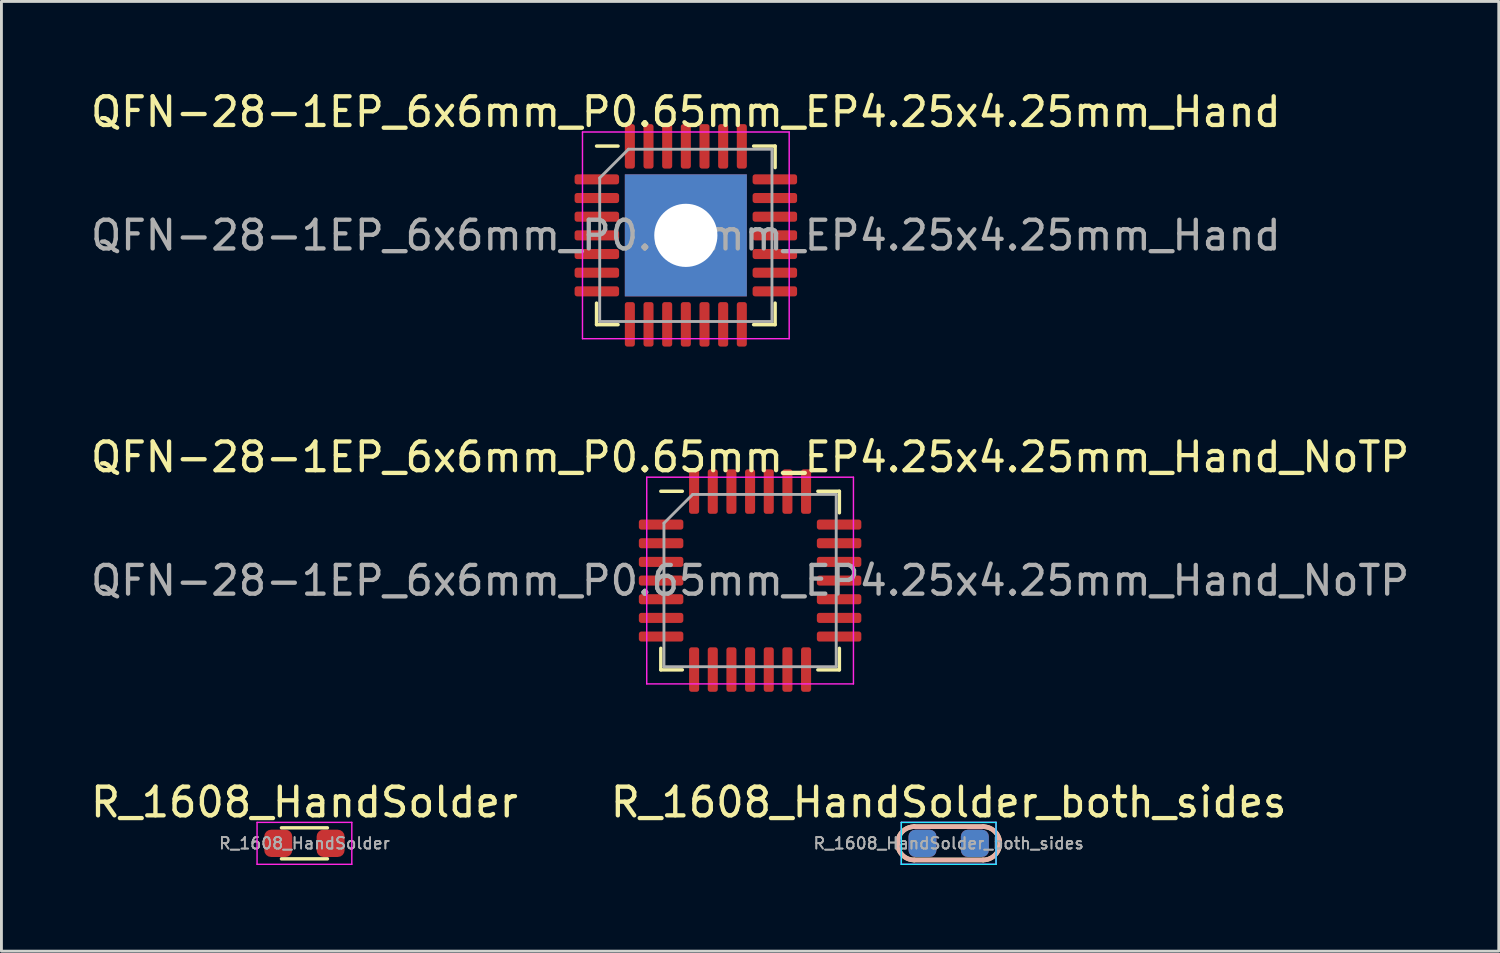
<source format=kicad_pcb>
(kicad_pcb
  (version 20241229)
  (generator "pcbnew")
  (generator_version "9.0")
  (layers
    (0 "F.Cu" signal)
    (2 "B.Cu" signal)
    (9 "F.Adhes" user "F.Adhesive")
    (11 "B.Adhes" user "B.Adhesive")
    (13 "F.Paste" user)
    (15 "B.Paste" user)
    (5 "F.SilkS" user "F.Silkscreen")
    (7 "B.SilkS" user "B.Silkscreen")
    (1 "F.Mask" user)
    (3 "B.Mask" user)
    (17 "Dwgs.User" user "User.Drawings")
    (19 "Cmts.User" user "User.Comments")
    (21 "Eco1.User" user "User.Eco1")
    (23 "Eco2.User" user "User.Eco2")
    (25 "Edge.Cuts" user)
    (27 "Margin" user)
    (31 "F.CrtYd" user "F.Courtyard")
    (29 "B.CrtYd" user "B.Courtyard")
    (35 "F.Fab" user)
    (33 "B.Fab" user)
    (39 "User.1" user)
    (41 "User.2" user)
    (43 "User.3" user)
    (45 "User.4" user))
  (footprint "R_1608_HandSolder"
    (layer "F.Cu")
    (at 7.554 26.325)
    (property "Reference" "R_1608_HandSolder" (at 0 -1.43 0) (layer "F.SilkS") (effects (font (size 1 1) (thickness 0.15))))
    (attr smd)
    (fp_line (start -0.8 -0.54) (end 0.8 -0.54) (stroke (width 0.12) (type solid)) (layer "F.SilkS"))
    (fp_line (start -0.8 0.54) (end 0.8 0.54) (stroke (width 0.12) (type solid)) (layer "F.SilkS"))
    (fp_line (start -1.65 -0.73) (end 1.65 -0.73) (stroke (width 0.05) (type solid)) (layer "F.CrtYd"))
    (fp_line (start -1.65 0.73) (end -1.65 -0.73) (stroke (width 0.05) (type solid)) (layer "F.CrtYd"))
    (fp_line (start 1.65 -0.73) (end 1.65 0.73) (stroke (width 0.05) (type solid)) (layer "F.CrtYd"))
    (fp_line (start 1.65 0.73) (end -1.65 0.73) (stroke (width 0.05) (type solid)) (layer "F.CrtYd"))
    (fp_text user "${REFERENCE}" (at 0 0 0) (layer "F.Fab") (effects (font (size 0.4 0.4) (thickness 0.06))))
    (fp_text user "${REFERENCE}" (at 0 0 0) (layer "F.Fab") (effects (font (size 0.4 0.4) (thickness 0.06))))
    (pad "1" smd roundrect (at -0.912 0) (size 0.975 0.95) (layers "F.Cu" "F.Mask" "F.Paste") (roundrect_rratio 0.25))
    (pad "2" smd roundrect (at 0.912 0) (size 0.975 0.95) (layers "F.Cu" "F.Mask" "F.Paste") (roundrect_rratio 0.25)))
  (footprint "QFN-28-1EP_6x6mm_P0.65mm_EP4.25x4.25mm_Hand"
    (layer "F.Cu")
    (at 20.839 5.148)
    (property "Reference" "QFN-28-1EP_6x6mm_P0.65mm_EP4.25x4.25mm_Hand" (at 0 -4.3 0) (layer "F.SilkS") (effects (font (size 1 1) (thickness 0.15))))
    (attr smd)
    (fp_line (start -3.11 3.11) (end -3.11 2.36) (stroke (width 0.12) (type solid)) (layer "F.SilkS"))
    (fp_line (start -2.36 -3.11) (end -3.11 -3.11) (stroke (width 0.12) (type solid)) (layer "F.SilkS"))
    (fp_line (start -2.36 3.11) (end -3.11 3.11) (stroke (width 0.12) (type solid)) (layer "F.SilkS"))
    (fp_line (start 2.36 -3.11) (end 3.11 -3.11) (stroke (width 0.12) (type solid)) (layer "F.SilkS"))
    (fp_line (start 2.36 3.11) (end 3.11 3.11) (stroke (width 0.12) (type solid)) (layer "F.SilkS"))
    (fp_line (start 3.11 -3.11) (end 3.11 -2.36) (stroke (width 0.12) (type solid)) (layer "F.SilkS"))
    (fp_line (start 3.11 3.11) (end 3.11 2.36) (stroke (width 0.12) (type solid)) (layer "F.SilkS"))
    (fp_line (start -3.6 -3.6) (end -3.6 3.6) (stroke (width 0.05) (type solid)) (layer "F.CrtYd"))
    (fp_line (start -3.6 3.6) (end 3.6 3.6) (stroke (width 0.05) (type solid)) (layer "F.CrtYd"))
    (fp_line (start 3.6 -3.6) (end -3.6 -3.6) (stroke (width 0.05) (type solid)) (layer "F.CrtYd"))
    (fp_line (start 3.6 3.6) (end 3.6 -3.6) (stroke (width 0.05) (type solid)) (layer "F.CrtYd"))
    (fp_line (start -3 -2) (end -2 -3) (stroke (width 0.1) (type solid)) (layer "F.Fab"))
    (fp_line (start -3 3) (end -3 -2) (stroke (width 0.1) (type solid)) (layer "F.Fab"))
    (fp_line (start -2 -3) (end 3 -3) (stroke (width 0.1) (type solid)) (layer "F.Fab"))
    (fp_line (start 3 -3) (end 3 3) (stroke (width 0.1) (type solid)) (layer "F.Fab"))
    (fp_line (start 3 3) (end -3 3) (stroke (width 0.1) (type solid)) (layer "F.Fab"))
    (fp_text user "${REFERENCE}" (at 0 0 0) (layer "F.Fab") (effects (font (size 1 1) (thickness 0.15))))
    (pad "" smd roundrect (at -1.42 -1.42) (size 1.14 1.14) (layers "F.Paste") (roundrect_rratio 0.219))
    (pad "" smd roundrect (at -1.42 1.42) (size 1.14 1.14) (layers "F.Paste") (roundrect_rratio 0.219))
    (pad "" smd roundrect (at 1.42 -1.42) (size 1.14 1.14) (layers "F.Paste") (roundrect_rratio 0.219))
    (pad "" smd roundrect (at 1.42 1.42) (size 1.14 1.14) (layers "F.Paste") (roundrect_rratio 0.219))
    (pad "1" smd roundrect (at -3.1 -1.95) (size 1.55 0.35) (layers "F.Cu" "F.Mask" "F.Paste") (roundrect_rratio 0.25))
    (pad "2" smd roundrect (at -3.1 -1.3) (size 1.55 0.35) (layers "F.Cu" "F.Mask" "F.Paste") (roundrect_rratio 0.25))
    (pad "3" smd roundrect (at -3.1 -0.65) (size 1.55 0.35) (layers "F.Cu" "F.Mask" "F.Paste") (roundrect_rratio 0.25))
    (pad "4" smd roundrect (at -3.1 0) (size 1.55 0.35) (layers "F.Cu" "F.Mask" "F.Paste") (roundrect_rratio 0.25))
    (pad "5" smd roundrect (at -3.1 0.65) (size 1.55 0.35) (layers "F.Cu" "F.Mask" "F.Paste") (roundrect_rratio 0.25))
    (pad "6" smd roundrect (at -3.1 1.3) (size 1.55 0.35) (layers "F.Cu" "F.Mask" "F.Paste") (roundrect_rratio 0.25))
    (pad "7" smd roundrect (at -3.1 1.95) (size 1.55 0.35) (layers "F.Cu" "F.Mask" "F.Paste") (roundrect_rratio 0.25))
    (pad "8" smd roundrect (at -1.95 3.1) (size 0.35 1.55) (layers "F.Cu" "F.Mask" "F.Paste") (roundrect_rratio 0.25))
    (pad "9" smd roundrect (at -1.3 3.1) (size 0.35 1.55) (layers "F.Cu" "F.Mask" "F.Paste") (roundrect_rratio 0.25))
    (pad "10" smd roundrect (at -0.65 3.1) (size 0.35 1.55) (layers "F.Cu" "F.Mask" "F.Paste") (roundrect_rratio 0.25))
    (pad "11" smd roundrect (at 0 3.1) (size 0.35 1.55) (layers "F.Cu" "F.Mask" "F.Paste") (roundrect_rratio 0.25))
    (pad "12" smd roundrect (at 0.65 3.1) (size 0.35 1.55) (layers "F.Cu" "F.Mask" "F.Paste") (roundrect_rratio 0.25))
    (pad "13" smd roundrect (at 1.3 3.1) (size 0.35 1.55) (layers "F.Cu" "F.Mask" "F.Paste") (roundrect_rratio 0.25))
    (pad "14" smd roundrect (at 1.95 3.1) (size 0.35 1.55) (layers "F.Cu" "F.Mask" "F.Paste") (roundrect_rratio 0.25))
    (pad "15" smd roundrect (at 3.1 1.95) (size 1.55 0.35) (layers "F.Cu" "F.Mask" "F.Paste") (roundrect_rratio 0.25))
    (pad "16" smd roundrect (at 3.1 1.3) (size 1.55 0.35) (layers "F.Cu" "F.Mask" "F.Paste") (roundrect_rratio 0.25))
    (pad "17" smd roundrect (at 3.1 0.65) (size 1.55 0.35) (layers "F.Cu" "F.Mask" "F.Paste") (roundrect_rratio 0.25))
    (pad "18" smd roundrect (at 3.1 0) (size 1.55 0.35) (layers "F.Cu" "F.Mask" "F.Paste") (roundrect_rratio 0.25))
    (pad "19" smd roundrect (at 3.1 -0.65) (size 1.55 0.35) (layers "F.Cu" "F.Mask" "F.Paste") (roundrect_rratio 0.25))
    (pad "20" smd roundrect (at 3.1 -1.3) (size 1.55 0.35) (layers "F.Cu" "F.Mask" "F.Paste") (roundrect_rratio 0.25))
    (pad "21" smd roundrect (at 3.1 -1.95) (size 1.55 0.35) (layers "F.Cu" "F.Mask" "F.Paste") (roundrect_rratio 0.25))
    (pad "22" smd roundrect (at 1.95 -3.1) (size 0.35 1.55) (layers "F.Cu" "F.Mask" "F.Paste") (roundrect_rratio 0.25))
    (pad "23" smd roundrect (at 1.3 -3.1) (size 0.35 1.55) (layers "F.Cu" "F.Mask" "F.Paste") (roundrect_rratio 0.25))
    (pad "24" smd roundrect (at 0.65 -3.1) (size 0.35 1.55) (layers "F.Cu" "F.Mask" "F.Paste") (roundrect_rratio 0.25))
    (pad "25" smd roundrect (at 0 -3.1) (size 0.35 1.55) (layers "F.Cu" "F.Mask" "F.Paste") (roundrect_rratio 0.25))
    (pad "26" smd roundrect (at -0.65 -3.1) (size 0.35 1.55) (layers "F.Cu" "F.Mask" "F.Paste") (roundrect_rratio 0.25))
    (pad "27" smd roundrect (at -1.3 -3.1) (size 0.35 1.55) (layers "F.Cu" "F.Mask" "F.Paste") (roundrect_rratio 0.25))
    (pad "28" smd roundrect (at -1.95 -3.1) (size 0.35 1.55) (layers "F.Cu" "F.Mask" "F.Paste") (roundrect_rratio 0.25))
    (pad "29" thru_hole rect (at 0 0) (size 4.25 4.25) (drill 2.2) (layers "*.Cu" "*.Mask")))
  (footprint "R_1608_HandSolder_both_sides"
    (layer "F.Cu")
    (at 29.994 26.325)
    (property "Reference" "R_1608_HandSolder_both_sides" (at 0 -1.43 0) (layer "F.SilkS") (effects (font (size 1 1) (thickness 0.15))))
    (attr smd)
    (fp_line (start -1.2 -0.58) (end 1.2 -0.58) (stroke (width 0.16) (type solid)) (layer "F.SilkS"))
    (fp_line (start -1.2 0.58) (end 1.2 0.58) (stroke (width 0.16) (type solid)) (layer "F.SilkS"))
    (fp_arc (start -1.2 0.58) (mid -1.78 0) (end -1.2 -0.58) (stroke (width 0.16) (type solid)) (layer "F.SilkS"))
    (fp_arc (start 1.2 -0.58) (mid 1.78 0) (end 1.2 0.58) (stroke (width 0.16) (type solid)) (layer "F.SilkS"))
    (fp_line (start 1.2 -0.58) (end -1.2 -0.58) (stroke (width 0.16) (type solid)) (layer "B.SilkS"))
    (fp_line (start 1.2 0.58) (end -1.2 0.58) (stroke (width 0.16) (type solid)) (layer "B.SilkS"))
    (fp_arc (start -1.2 0.58) (mid -1.78 0) (end -1.2 -0.58) (stroke (width 0.16) (type solid)) (layer "B.SilkS"))
    (fp_arc (start 1.2 -0.58) (mid 1.78 0) (end 1.2 0.58) (stroke (width 0.16) (type solid)) (layer "B.SilkS"))
    (fp_line (start -1.65 0.73) (end -1.65 -0.73) (stroke (width 0.05) (type solid)) (layer "B.CrtYd"))
    (fp_line (start -1.65 0.73) (end 1.65 0.73) (stroke (width 0.05) (type solid)) (layer "B.CrtYd"))
    (fp_line (start 1.65 -0.73) (end -1.65 -0.73) (stroke (width 0.05) (type solid)) (layer "B.CrtYd"))
    (fp_line (start 1.65 -0.73) (end 1.65 0.73) (stroke (width 0.05) (type solid)) (layer "B.CrtYd"))
    (fp_line (start -1.65 -0.73) (end 1.65 -0.73) (stroke (width 0.05) (type solid)) (layer "F.CrtYd"))
    (fp_line (start -1.65 0.73) (end -1.65 -0.73) (stroke (width 0.05) (type solid)) (layer "F.CrtYd"))
    (fp_line (start 1.65 -0.73) (end 1.65 0.73) (stroke (width 0.05) (type solid)) (layer "F.CrtYd"))
    (fp_line (start 1.65 0.73) (end -1.65 0.73) (stroke (width 0.05) (type solid)) (layer "F.CrtYd"))
    (fp_text user "${REFERENCE}" (at 0 0 0) (layer "F.Fab") (effects (font (size 0.4 0.4) (thickness 0.06))))
    (fp_text user "${REFERENCE}" (at 0 0 0) (layer "F.Fab") (effects (font (size 0.4 0.4) (thickness 0.06))))
    (pad "1" smd roundrect (at -0.912 0) (size 0.975 0.95) (layers "F.Cu" "F.Mask" "F.Paste") (roundrect_rratio 0.25))
    (pad "1" smd roundrect (at 0.912 0) (size 0.975 0.95) (layers "B.Cu" "B.Mask" "B.Paste") (roundrect_rratio 0.25))
    (pad "2" smd roundrect (at -0.912 0) (size 0.975 0.95) (layers "B.Cu" "B.Mask" "B.Paste") (roundrect_rratio 0.25))
    (pad "2" smd roundrect (at 0.912 0) (size 0.975 0.95) (layers "F.Cu" "F.Mask" "F.Paste") (roundrect_rratio 0.25)))
  (footprint "QFN-28-1EP_6x6mm_P0.65mm_EP4.25x4.25mm_Hand_NoTP"
    (layer "F.Cu")
    (at 23.077 17.172)
    (property "Reference" "QFN-28-1EP_6x6mm_P0.65mm_EP4.25x4.25mm_Hand_NoTP" (at 0 -4.3 0) (layer "F.SilkS") (effects (font (size 1 1) (thickness 0.15))))
    (attr smd)
    (fp_line (start -3.11 3.11) (end -3.11 2.36) (stroke (width 0.12) (type solid)) (layer "F.SilkS"))
    (fp_line (start -2.36 -3.11) (end -3.11 -3.11) (stroke (width 0.12) (type solid)) (layer "F.SilkS"))
    (fp_line (start -2.36 3.11) (end -3.11 3.11) (stroke (width 0.12) (type solid)) (layer "F.SilkS"))
    (fp_line (start 2.36 -3.11) (end 3.11 -3.11) (stroke (width 0.12) (type solid)) (layer "F.SilkS"))
    (fp_line (start 2.36 3.11) (end 3.11 3.11) (stroke (width 0.12) (type solid)) (layer "F.SilkS"))
    (fp_line (start 3.11 -3.11) (end 3.11 -2.36) (stroke (width 0.12) (type solid)) (layer "F.SilkS"))
    (fp_line (start 3.11 3.11) (end 3.11 2.36) (stroke (width 0.12) (type solid)) (layer "F.SilkS"))
    (fp_line (start -3.6 -3.6) (end -3.6 3.6) (stroke (width 0.05) (type solid)) (layer "F.CrtYd"))
    (fp_line (start -3.6 3.6) (end 3.6 3.6) (stroke (width 0.05) (type solid)) (layer "F.CrtYd"))
    (fp_line (start 3.6 -3.6) (end -3.6 -3.6) (stroke (width 0.05) (type solid)) (layer "F.CrtYd"))
    (fp_line (start 3.6 3.6) (end 3.6 -3.6) (stroke (width 0.05) (type solid)) (layer "F.CrtYd"))
    (fp_line (start -3 -2) (end -2 -3) (stroke (width 0.1) (type solid)) (layer "F.Fab"))
    (fp_line (start -3 3) (end -3 -2) (stroke (width 0.1) (type solid)) (layer "F.Fab"))
    (fp_line (start -2 -3) (end 3 -3) (stroke (width 0.1) (type solid)) (layer "F.Fab"))
    (fp_line (start 3 -3) (end 3 3) (stroke (width 0.1) (type solid)) (layer "F.Fab"))
    (fp_line (start 3 3) (end -3 3) (stroke (width 0.1) (type solid)) (layer "F.Fab"))
    (fp_text user "${REFERENCE}" (at 0 0 0) (layer "F.Fab") (effects (font (size 1 1) (thickness 0.15))))
    (pad "1" smd roundrect (at -3.1 -1.95) (size 1.55 0.35) (layers "F.Cu" "F.Mask" "F.Paste") (roundrect_rratio 0.25))
    (pad "2" smd roundrect (at -3.1 -1.3) (size 1.55 0.35) (layers "F.Cu" "F.Mask" "F.Paste") (roundrect_rratio 0.25))
    (pad "3" smd roundrect (at -3.1 -0.65) (size 1.55 0.35) (layers "F.Cu" "F.Mask" "F.Paste") (roundrect_rratio 0.25))
    (pad "4" smd roundrect (at -3.1 0) (size 1.55 0.35) (layers "F.Cu" "F.Mask" "F.Paste") (roundrect_rratio 0.25))
    (pad "5" smd roundrect (at -3.1 0.65) (size 1.55 0.35) (layers "F.Cu" "F.Mask" "F.Paste") (roundrect_rratio 0.25))
    (pad "6" smd roundrect (at -3.1 1.3) (size 1.55 0.35) (layers "F.Cu" "F.Mask" "F.Paste") (roundrect_rratio 0.25))
    (pad "7" smd roundrect (at -3.1 1.95) (size 1.55 0.35) (layers "F.Cu" "F.Mask" "F.Paste") (roundrect_rratio 0.25))
    (pad "8" smd roundrect (at -1.95 3.1) (size 0.35 1.55) (layers "F.Cu" "F.Mask" "F.Paste") (roundrect_rratio 0.25))
    (pad "9" smd roundrect (at -1.3 3.1) (size 0.35 1.55) (layers "F.Cu" "F.Mask" "F.Paste") (roundrect_rratio 0.25))
    (pad "10" smd roundrect (at -0.65 3.1) (size 0.35 1.55) (layers "F.Cu" "F.Mask" "F.Paste") (roundrect_rratio 0.25))
    (pad "11" smd roundrect (at 0 3.1) (size 0.35 1.55) (layers "F.Cu" "F.Mask" "F.Paste") (roundrect_rratio 0.25))
    (pad "12" smd roundrect (at 0.65 3.1) (size 0.35 1.55) (layers "F.Cu" "F.Mask" "F.Paste") (roundrect_rratio 0.25))
    (pad "13" smd roundrect (at 1.3 3.1) (size 0.35 1.55) (layers "F.Cu" "F.Mask" "F.Paste") (roundrect_rratio 0.25))
    (pad "14" smd roundrect (at 1.95 3.1) (size 0.35 1.55) (layers "F.Cu" "F.Mask" "F.Paste") (roundrect_rratio 0.25))
    (pad "15" smd roundrect (at 3.1 1.95) (size 1.55 0.35) (layers "F.Cu" "F.Mask" "F.Paste") (roundrect_rratio 0.25))
    (pad "16" smd roundrect (at 3.1 1.3) (size 1.55 0.35) (layers "F.Cu" "F.Mask" "F.Paste") (roundrect_rratio 0.25))
    (pad "17" smd roundrect (at 3.1 0.65) (size 1.55 0.35) (layers "F.Cu" "F.Mask" "F.Paste") (roundrect_rratio 0.25))
    (pad "18" smd roundrect (at 3.1 0) (size 1.55 0.35) (layers "F.Cu" "F.Mask" "F.Paste") (roundrect_rratio 0.25))
    (pad "19" smd roundrect (at 3.1 -0.65) (size 1.55 0.35) (layers "F.Cu" "F.Mask" "F.Paste") (roundrect_rratio 0.25))
    (pad "20" smd roundrect (at 3.1 -1.3) (size 1.55 0.35) (layers "F.Cu" "F.Mask" "F.Paste") (roundrect_rratio 0.25))
    (pad "21" smd roundrect (at 3.1 -1.95) (size 1.55 0.35) (layers "F.Cu" "F.Mask" "F.Paste") (roundrect_rratio 0.25))
    (pad "22" smd roundrect (at 1.95 -3.1) (size 0.35 1.55) (layers "F.Cu" "F.Mask" "F.Paste") (roundrect_rratio 0.25))
    (pad "23" smd roundrect (at 1.3 -3.1) (size 0.35 1.55) (layers "F.Cu" "F.Mask" "F.Paste") (roundrect_rratio 0.25))
    (pad "24" smd roundrect (at 0.65 -3.1) (size 0.35 1.55) (layers "F.Cu" "F.Mask" "F.Paste") (roundrect_rratio 0.25))
    (pad "25" smd roundrect (at 0 -3.1) (size 0.35 1.55) (layers "F.Cu" "F.Mask" "F.Paste") (roundrect_rratio 0.25))
    (pad "26" smd roundrect (at -0.65 -3.1) (size 0.35 1.55) (layers "F.Cu" "F.Mask" "F.Paste") (roundrect_rratio 0.25))
    (pad "27" smd roundrect (at -1.3 -3.1) (size 0.35 1.55) (layers "F.Cu" "F.Mask" "F.Paste") (roundrect_rratio 0.25))
    (pad "28" smd roundrect (at -1.95 -3.1) (size 0.35 1.55) (layers "F.Cu" "F.Mask" "F.Paste") (roundrect_rratio 0.25)))
  (gr_rect
    (start -3 -3)
    (end 49.155 30.08)
    (stroke (width 0.1) (type default))
    (fill no)
    (layer "Edge.Cuts")))
</source>
